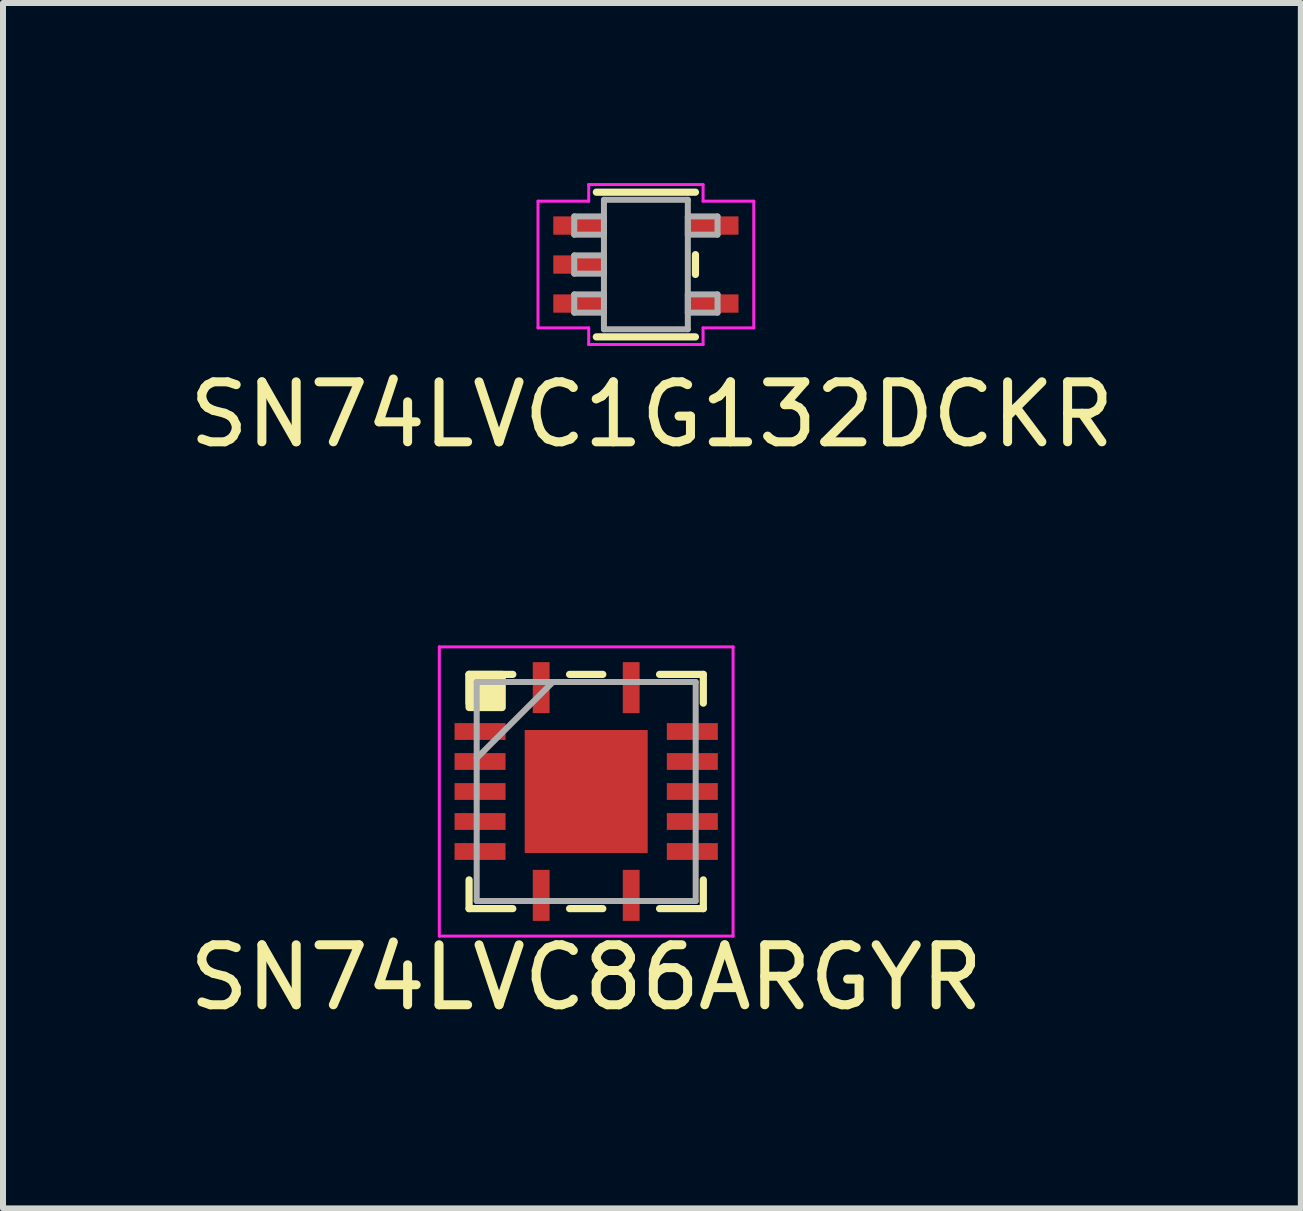
<source format=kicad_pcb>
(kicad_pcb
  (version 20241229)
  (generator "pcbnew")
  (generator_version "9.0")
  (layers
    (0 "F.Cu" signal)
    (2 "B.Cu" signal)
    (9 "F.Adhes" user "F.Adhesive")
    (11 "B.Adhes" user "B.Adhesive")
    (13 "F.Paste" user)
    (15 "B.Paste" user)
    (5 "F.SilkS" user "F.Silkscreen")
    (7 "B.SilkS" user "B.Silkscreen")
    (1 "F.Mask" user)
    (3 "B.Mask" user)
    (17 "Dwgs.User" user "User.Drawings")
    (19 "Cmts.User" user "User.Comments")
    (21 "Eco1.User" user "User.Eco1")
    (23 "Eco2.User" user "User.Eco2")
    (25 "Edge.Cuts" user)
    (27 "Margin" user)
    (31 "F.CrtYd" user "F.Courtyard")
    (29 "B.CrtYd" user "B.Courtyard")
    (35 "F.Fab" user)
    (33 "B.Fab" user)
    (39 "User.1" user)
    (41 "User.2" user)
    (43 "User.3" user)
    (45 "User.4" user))
  (footprint "SN74LVC1G132DCKR"
    (layer "F.Cu")
    (at 7.715 1.359)
    (property "Reference" "SN74LVC1G132DCKR" (at 0.1 2.5 0) (layer "F.SilkS") (effects (font (size 1 1) (thickness 0.15))))
    (attr through_hole)
    (fp_line (start -0.826 1.206) (end 0.826 1.206) (stroke (width 0.12) (type solid)) (layer "F.SilkS"))
    (fp_line (start 0.826 -1.206) (end -0.826 -1.206) (stroke (width 0.12) (type solid)) (layer "F.SilkS"))
    (fp_line (start 0.826 0.165) (end 0.826 -0.165) (stroke (width 0.12) (type solid)) (layer "F.SilkS"))
    (fp_line (start -1.798 -1.056) (end -0.953 -1.056) (stroke (width 0.05) (type solid)) (layer "F.CrtYd"))
    (fp_line (start -1.798 1.056) (end -1.798 -1.056) (stroke (width 0.05) (type solid)) (layer "F.CrtYd"))
    (fp_line (start -0.953 -1.333) (end 0.953 -1.333) (stroke (width 0.05) (type solid)) (layer "F.CrtYd"))
    (fp_line (start -0.953 -1.056) (end -0.953 -1.333) (stroke (width 0.05) (type solid)) (layer "F.CrtYd"))
    (fp_line (start -0.953 1.056) (end -1.798 1.056) (stroke (width 0.05) (type solid)) (layer "F.CrtYd"))
    (fp_line (start -0.953 1.333) (end -0.953 1.056) (stroke (width 0.05) (type solid)) (layer "F.CrtYd"))
    (fp_line (start 0.953 -1.333) (end 0.953 -1.056) (stroke (width 0.05) (type solid)) (layer "F.CrtYd"))
    (fp_line (start 0.953 -1.056) (end 1.798 -1.056) (stroke (width 0.05) (type solid)) (layer "F.CrtYd"))
    (fp_line (start 0.953 1.056) (end 0.953 1.333) (stroke (width 0.05) (type solid)) (layer "F.CrtYd"))
    (fp_line (start 0.953 1.333) (end -0.953 1.333) (stroke (width 0.05) (type solid)) (layer "F.CrtYd"))
    (fp_line (start 1.798 -1.056) (end 1.798 1.056) (stroke (width 0.05) (type solid)) (layer "F.CrtYd"))
    (fp_line (start 1.798 1.056) (end 0.953 1.056) (stroke (width 0.05) (type solid)) (layer "F.CrtYd"))
    (fp_line (start -1.194 -0.802) (end -1.194 -0.498) (stroke (width 0.1) (type solid)) (layer "F.Fab"))
    (fp_line (start -1.194 -0.498) (end -0.699 -0.498) (stroke (width 0.1) (type solid)) (layer "F.Fab"))
    (fp_line (start -1.194 -0.152) (end -1.194 0.152) (stroke (width 0.1) (type solid)) (layer "F.Fab"))
    (fp_line (start -1.194 0.152) (end -0.699 0.152) (stroke (width 0.1) (type solid)) (layer "F.Fab"))
    (fp_line (start -1.194 0.498) (end -1.194 0.802) (stroke (width 0.1) (type solid)) (layer "F.Fab"))
    (fp_line (start -1.194 0.802) (end -0.699 0.802) (stroke (width 0.1) (type solid)) (layer "F.Fab"))
    (fp_line (start -0.699 -1.079) (end -0.699 1.079) (stroke (width 0.1) (type solid)) (layer "F.Fab"))
    (fp_line (start -0.699 -0.802) (end -1.194 -0.802) (stroke (width 0.1) (type solid)) (layer "F.Fab"))
    (fp_line (start -0.699 -0.498) (end -0.699 -0.802) (stroke (width 0.1) (type solid)) (layer "F.Fab"))
    (fp_line (start -0.699 -0.152) (end -1.194 -0.152) (stroke (width 0.1) (type solid)) (layer "F.Fab"))
    (fp_line (start -0.699 0.152) (end -0.699 -0.152) (stroke (width 0.1) (type solid)) (layer "F.Fab"))
    (fp_line (start -0.699 0.498) (end -1.194 0.498) (stroke (width 0.1) (type solid)) (layer "F.Fab"))
    (fp_line (start -0.699 0.802) (end -0.699 0.498) (stroke (width 0.1) (type solid)) (layer "F.Fab"))
    (fp_line (start -0.699 1.079) (end 0.699 1.079) (stroke (width 0.1) (type solid)) (layer "F.Fab"))
    (fp_line (start 0.699 -1.079) (end -0.699 -1.079) (stroke (width 0.1) (type solid)) (layer "F.Fab"))
    (fp_line (start 0.699 -0.802) (end 0.699 -0.498) (stroke (width 0.1) (type solid)) (layer "F.Fab"))
    (fp_line (start 0.699 -0.498) (end 1.194 -0.498) (stroke (width 0.1) (type solid)) (layer "F.Fab"))
    (fp_line (start 0.699 0.498) (end 0.699 0.802) (stroke (width 0.1) (type solid)) (layer "F.Fab"))
    (fp_line (start 0.699 0.802) (end 1.194 0.802) (stroke (width 0.1) (type solid)) (layer "F.Fab"))
    (fp_line (start 0.699 1.079) (end 0.699 -1.079) (stroke (width 0.1) (type solid)) (layer "F.Fab"))
    (fp_line (start 1.194 -0.802) (end 0.699 -0.802) (stroke (width 0.1) (type solid)) (layer "F.Fab"))
    (fp_line (start 1.194 -0.498) (end 1.194 -0.802) (stroke (width 0.1) (type solid)) (layer "F.Fab"))
    (fp_line (start 1.194 0.498) (end 0.699 0.498) (stroke (width 0.1) (type solid)) (layer "F.Fab"))
    (fp_line (start 1.194 0.802) (end 1.194 0.498) (stroke (width 0.1) (type solid)) (layer "F.Fab"))
    (pad "1" smd rect (at -1.121 -0.65) (size 0.845 0.305) (layers "F.Cu" "F.Mask" "F.Paste"))
    (pad "2" smd rect (at -1.121 0) (size 0.845 0.305) (layers "F.Cu" "F.Mask" "F.Paste"))
    (pad "3" smd rect (at -1.121 0.65) (size 0.845 0.305) (layers "F.Cu" "F.Mask" "F.Paste"))
    (pad "4" smd rect (at 1.121 0.65) (size 0.845 0.305) (layers "F.Cu" "F.Mask" "F.Paste"))
    (pad "5" smd rect (at 1.121 -0.65) (size 0.845 0.305) (layers "F.Cu" "F.Mask" "F.Paste")))
  (footprint "SN74LVC86ARGYR"
    (layer "F.Cu")
    (at 6.72 10.142)
    (property "Reference" "SN74LVC86ARGYR" (at 0 3.1 0) (layer "F.SilkS") (effects (font (size 1 1) (thickness 0.15))))
    (attr through_hole)
    (fp_poly (pts (xy -2.194 -1.14) (xy -2.194 -0.86) (xy -1.344 -0.86) (xy -1.344 -1.14)) (stroke (width 0) (type solid)) (fill yes) (layer "F.Mask"))
    (fp_poly (pts (xy -2.194 -0.64) (xy -2.194 -0.36) (xy -1.344 -0.36) (xy -1.344 -0.64)) (stroke (width 0) (type solid)) (fill yes) (layer "F.Mask"))
    (fp_poly (pts (xy -2.194 -0.14) (xy -2.194 0.14) (xy -1.344 0.14) (xy -1.344 -0.14)) (stroke (width 0) (type solid)) (fill yes) (layer "F.Mask"))
    (fp_poly (pts (xy -2.194 0.36) (xy -2.194 0.64) (xy -1.344 0.64) (xy -1.344 0.36)) (stroke (width 0) (type solid)) (fill yes) (layer "F.Mask"))
    (fp_poly (pts (xy -2.194 0.86) (xy -2.194 1.14) (xy -1.344 1.14) (xy -1.344 0.86)) (stroke (width 0) (type solid)) (fill yes) (layer "F.Mask"))
    (fp_poly (pts (xy -1.026 -1.03) (xy 1.03 -1.03) (xy 1.028 1.028) (xy -1.026 1.028)) (stroke (width 0) (type solid)) (fill yes) (layer "F.Mask"))
    (fp_poly (pts (xy -0.89 2.156) (xy -0.61 2.156) (xy -0.61 1.306) (xy -0.89 1.306)) (stroke (width 0) (type solid)) (fill yes) (layer "F.Mask"))
    (fp_poly (pts (xy -0.61 -2.156) (xy -0.89 -2.156) (xy -0.89 -1.306) (xy -0.61 -1.306)) (stroke (width 0) (type solid)) (fill yes) (layer "F.Mask"))
    (fp_poly (pts (xy 0.61 2.156) (xy 0.89 2.156) (xy 0.89 1.306) (xy 0.61 1.306)) (stroke (width 0) (type solid)) (fill yes) (layer "F.Mask"))
    (fp_poly (pts (xy 0.89 -2.156) (xy 0.61 -2.156) (xy 0.61 -1.306) (xy 0.89 -1.306)) (stroke (width 0) (type solid)) (fill yes) (layer "F.Mask"))
    (fp_poly (pts (xy 1.344 -1.14) (xy 1.344 -0.86) (xy 2.194 -0.86) (xy 2.194 -1.14)) (stroke (width 0) (type solid)) (fill yes) (layer "F.Mask"))
    (fp_poly (pts (xy 1.344 -0.64) (xy 1.344 -0.36) (xy 2.194 -0.36) (xy 2.194 -0.64)) (stroke (width 0) (type solid)) (fill yes) (layer "F.Mask"))
    (fp_poly (pts (xy 1.344 -0.14) (xy 1.344 0.14) (xy 2.194 0.14) (xy 2.194 -0.14)) (stroke (width 0) (type solid)) (fill yes) (layer "F.Mask"))
    (fp_poly (pts (xy 1.344 0.36) (xy 1.344 0.64) (xy 2.194 0.64) (xy 2.194 0.36)) (stroke (width 0) (type solid)) (fill yes) (layer "F.Mask"))
    (fp_poly (pts (xy 1.344 0.86) (xy 1.344 1.14) (xy 2.194 1.14) (xy 2.194 0.86)) (stroke (width 0) (type solid)) (fill yes) (layer "F.Mask"))
    (fp_line (start -1.952 -1.952) (end -1.952 -1.473) (stroke (width 0.12) (type solid)) (layer "F.SilkS"))
    (fp_line (start -1.952 1.473) (end -1.952 1.952) (stroke (width 0.12) (type solid)) (layer "F.SilkS"))
    (fp_line (start -1.952 1.952) (end -1.223 1.952) (stroke (width 0.12) (type solid)) (layer "F.SilkS"))
    (fp_line (start -1.223 -1.952) (end -1.952 -1.952) (stroke (width 0.12) (type solid)) (layer "F.SilkS"))
    (fp_line (start -0.277 1.952) (end 0.277 1.952) (stroke (width 0.12) (type solid)) (layer "F.SilkS"))
    (fp_line (start 0.277 -1.952) (end -0.277 -1.952) (stroke (width 0.12) (type solid)) (layer "F.SilkS"))
    (fp_line (start 1.223 1.952) (end 1.952 1.952) (stroke (width 0.12) (type solid)) (layer "F.SilkS"))
    (fp_line (start 1.952 -1.952) (end 1.223 -1.952) (stroke (width 0.12) (type solid)) (layer "F.SilkS"))
    (fp_line (start 1.952 -1.473) (end 1.952 -1.952) (stroke (width 0.12) (type solid)) (layer "F.SilkS"))
    (fp_line (start 1.952 1.952) (end 1.952 1.473) (stroke (width 0.12) (type solid)) (layer "F.SilkS"))
    (fp_rect (start -1.952 -1.952) (end -1.4 -1.4) (stroke (width 0.12) (type solid)) (fill yes) (layer "F.SilkS"))
    (fp_poly (pts (xy -2.143 -1.089) (xy -2.143 -0.911) (xy -1.395 -0.911) (xy -1.395 -1.089)) (stroke (width 0.1) (type solid)) (fill yes) (layer "F.Paste"))
    (fp_poly (pts (xy -2.143 -0.589) (xy -2.143 -0.411) (xy -1.395 -0.411) (xy -1.395 -0.589)) (stroke (width 0.1) (type solid)) (fill yes) (layer "F.Paste"))
    (fp_poly (pts (xy -2.143 -0.089) (xy -2.143 0.089) (xy -1.395 0.089) (xy -1.395 -0.089)) (stroke (width 0.1) (type solid)) (fill yes) (layer "F.Paste"))
    (fp_poly (pts (xy -2.143 0.411) (xy -2.143 0.589) (xy -1.395 0.589) (xy -1.395 0.411)) (stroke (width 0.1) (type solid)) (fill yes) (layer "F.Paste"))
    (fp_poly (pts (xy -2.143 0.911) (xy -2.143 1.089) (xy -1.395 1.089) (xy -1.395 0.911)) (stroke (width 0.1) (type solid)) (fill yes) (layer "F.Paste"))
    (fp_poly (pts (xy -0.839 -2.105) (xy -0.839 -1.357) (xy -0.661 -1.357) (xy -0.661 -2.105)) (stroke (width 0.1) (type solid)) (fill yes) (layer "F.Paste"))
    (fp_poly (pts (xy -0.839 1.357) (xy -0.839 2.105) (xy -0.661 2.105) (xy -0.661 1.357)) (stroke (width 0.1) (type solid)) (fill yes) (layer "F.Paste"))
    (fp_poly (pts (xy 0.661 -2.105) (xy 0.661 -1.357) (xy 0.839 -1.357) (xy 0.839 -2.105)) (stroke (width 0.1) (type solid)) (fill yes) (layer "F.Paste"))
    (fp_poly (pts (xy 0.661 1.357) (xy 0.661 2.105) (xy 0.839 2.105) (xy 0.839 1.357)) (stroke (width 0.1) (type solid)) (fill yes) (layer "F.Paste"))
    (fp_poly (pts (xy 1.395 -1.089) (xy 1.395 -0.911) (xy 2.143 -0.911) (xy 2.143 -1.089)) (stroke (width 0.1) (type solid)) (fill yes) (layer "F.Paste"))
    (fp_poly (pts (xy 1.395 -0.589) (xy 1.395 -0.411) (xy 2.143 -0.411) (xy 2.143 -0.589)) (stroke (width 0.1) (type solid)) (fill yes) (layer "F.Paste"))
    (fp_poly (pts (xy 1.395 -0.089) (xy 1.395 0.089) (xy 2.143 0.089) (xy 2.143 -0.089)) (stroke (width 0.1) (type solid)) (fill yes) (layer "F.Paste"))
    (fp_poly (pts (xy 1.395 0.411) (xy 1.395 0.589) (xy 2.143 0.589) (xy 2.143 0.411)) (stroke (width 0.1) (type solid)) (fill yes) (layer "F.Paste"))
    (fp_poly (pts (xy 1.395 0.911) (xy 1.395 1.089) (xy 2.143 1.089) (xy 2.143 0.911)) (stroke (width 0.1) (type solid)) (fill yes) (layer "F.Paste"))
    (fp_poly (pts (xy -0.95 -0.95) (xy -0.95 -0.494) (xy -0.635 -0.494) (xy -0.494 -0.635) (xy -0.494 -0.95)) (stroke (width 0.1) (type solid)) (fill yes) (layer "F.Paste"))
    (fp_poly (pts (xy -0.95 0.494) (xy -0.95 0.95) (xy -0.494 0.95) (xy -0.494 0.635) (xy -0.635 0.494)) (stroke (width 0.1) (type solid)) (fill yes) (layer "F.Paste"))
    (fp_poly (pts (xy 0.494 -0.95) (xy 0.494 -0.635) (xy 0.635 -0.494) (xy 0.95 -0.494) (xy 0.95 -0.95)) (stroke (width 0.1) (type solid)) (fill yes) (layer "F.Paste"))
    (fp_poly (pts (xy 0.635 0.494) (xy 0.494 0.635) (xy 0.494 0.95) (xy 0.95 0.95) (xy 0.95 0.494)) (stroke (width 0.1) (type solid)) (fill yes) (layer "F.Paste"))
    (fp_poly (pts (xy -0.95 -0.294) (xy -0.95 0.294) (xy -0.635 0.294) (xy -0.494 0.152) (xy -0.494 -0.152) (xy -0.635 -0.294)) (stroke (width 0.1) (type solid)) (fill yes) (layer "F.Paste"))
    (fp_poly (pts (xy -0.294 -0.95) (xy -0.294 -0.635) (xy -0.152 -0.494) (xy 0.152 -0.494) (xy 0.294 -0.635) (xy 0.294 -0.95)) (stroke (width 0.1) (type solid)) (fill yes) (layer "F.Paste"))
    (fp_poly (pts (xy -0.152 0.494) (xy -0.294 0.635) (xy -0.294 0.95) (xy 0.294 0.95) (xy 0.294 0.635) (xy 0.152 0.494)) (stroke (width 0.1) (type solid)) (fill yes) (layer "F.Paste"))
    (fp_poly (pts (xy 0.635 -0.294) (xy 0.494 -0.152) (xy 0.494 0.152) (xy 0.635 0.294) (xy 0.95 0.294) (xy 0.95 -0.294)) (stroke (width 0.1) (type solid)) (fill yes) (layer "F.Paste"))
    (fp_poly (pts (xy -0.152 -0.294) (xy -0.294 -0.152) (xy -0.294 0.152) (xy -0.152 0.294) (xy 0.152 0.294) (xy 0.294 0.152) (xy 0.294 -0.152) (xy 0.152 -0.294)) (stroke (width 0.1) (type solid)) (fill yes) (layer "F.Paste"))
    (fp_line (start -2.448 -2.41) (end 2.448 -2.41) (stroke (width 0.05) (type solid)) (layer "F.CrtYd"))
    (fp_line (start -2.448 2.41) (end -2.448 -2.41) (stroke (width 0.05) (type solid)) (layer "F.CrtYd"))
    (fp_line (start 2.448 -2.41) (end 2.448 2.41) (stroke (width 0.05) (type solid)) (layer "F.CrtYd"))
    (fp_line (start 2.448 2.41) (end -2.448 2.41) (stroke (width 0.05) (type solid)) (layer "F.CrtYd"))
    (fp_line (start -1.825 -1.825) (end -1.825 1.825) (stroke (width 0.1) (type solid)) (layer "F.Fab"))
    (fp_line (start -1.825 -0.555) (end -0.555 -1.825) (stroke (width 0.1) (type solid)) (layer "F.Fab"))
    (fp_line (start -1.825 1.825) (end 1.825 1.825) (stroke (width 0.1) (type solid)) (layer "F.Fab"))
    (fp_line (start 1.825 -1.825) (end -1.825 -1.825) (stroke (width 0.1) (type solid)) (layer "F.Fab"))
    (fp_line (start 1.825 1.825) (end 1.825 -1.825) (stroke (width 0.1) (type solid)) (layer "F.Fab"))
    (pad "1" smd rect (at -0.75 -1.731) (size 0.28 0.85) (layers "F.Cu" "F.Mask"))
    (pad "2" smd rect (at -1.769 -1 90) (size 0.28 0.85) (layers "F.Cu" "F.Mask"))
    (pad "3" smd rect (at -1.769 -0.5 90) (size 0.28 0.85) (layers "F.Cu" "F.Mask"))
    (pad "4" smd rect (at -1.769 0 90) (size 0.28 0.85) (layers "F.Cu" "F.Mask"))
    (pad "5" smd rect (at -1.769 0.5 90) (size 0.28 0.85) (layers "F.Cu" "F.Mask"))
    (pad "6" smd rect (at -1.769 1 90) (size 0.28 0.85) (layers "F.Cu" "F.Mask"))
    (pad "7" smd rect (at -0.75 1.731) (size 0.28 0.85) (layers "F.Cu" "F.Mask"))
    (pad "8" smd rect (at 0.75 1.731) (size 0.28 0.85) (layers "F.Cu" "F.Mask"))
    (pad "9" smd rect (at 1.769 1 90) (size 0.28 0.85) (layers "F.Cu" "F.Mask"))
    (pad "10" smd rect (at 1.769 0.5 90) (size 0.28 0.85) (layers "F.Cu" "F.Mask"))
    (pad "11" smd rect (at 1.769 0 90) (size 0.28 0.85) (layers "F.Cu" "F.Mask"))
    (pad "12" smd rect (at 1.769 -0.5 90) (size 0.28 0.85) (layers "F.Cu" "F.Mask"))
    (pad "13" smd rect (at 1.769 -1 90) (size 0.28 0.85) (layers "F.Cu" "F.Mask"))
    (pad "14" smd rect (at 0.75 -1.731) (size 0.28 0.85) (layers "F.Cu" "F.Mask"))
    (pad "15" smd rect (at 0 0) (size 2.05 2.05) (layers "F.Cu")))
  (gr_rect
    (start -3 -3)
    (end 18.631 17.09)
    (stroke (width 0.1) (type default))
    (fill no)
    (layer "Edge.Cuts")))
</source>
